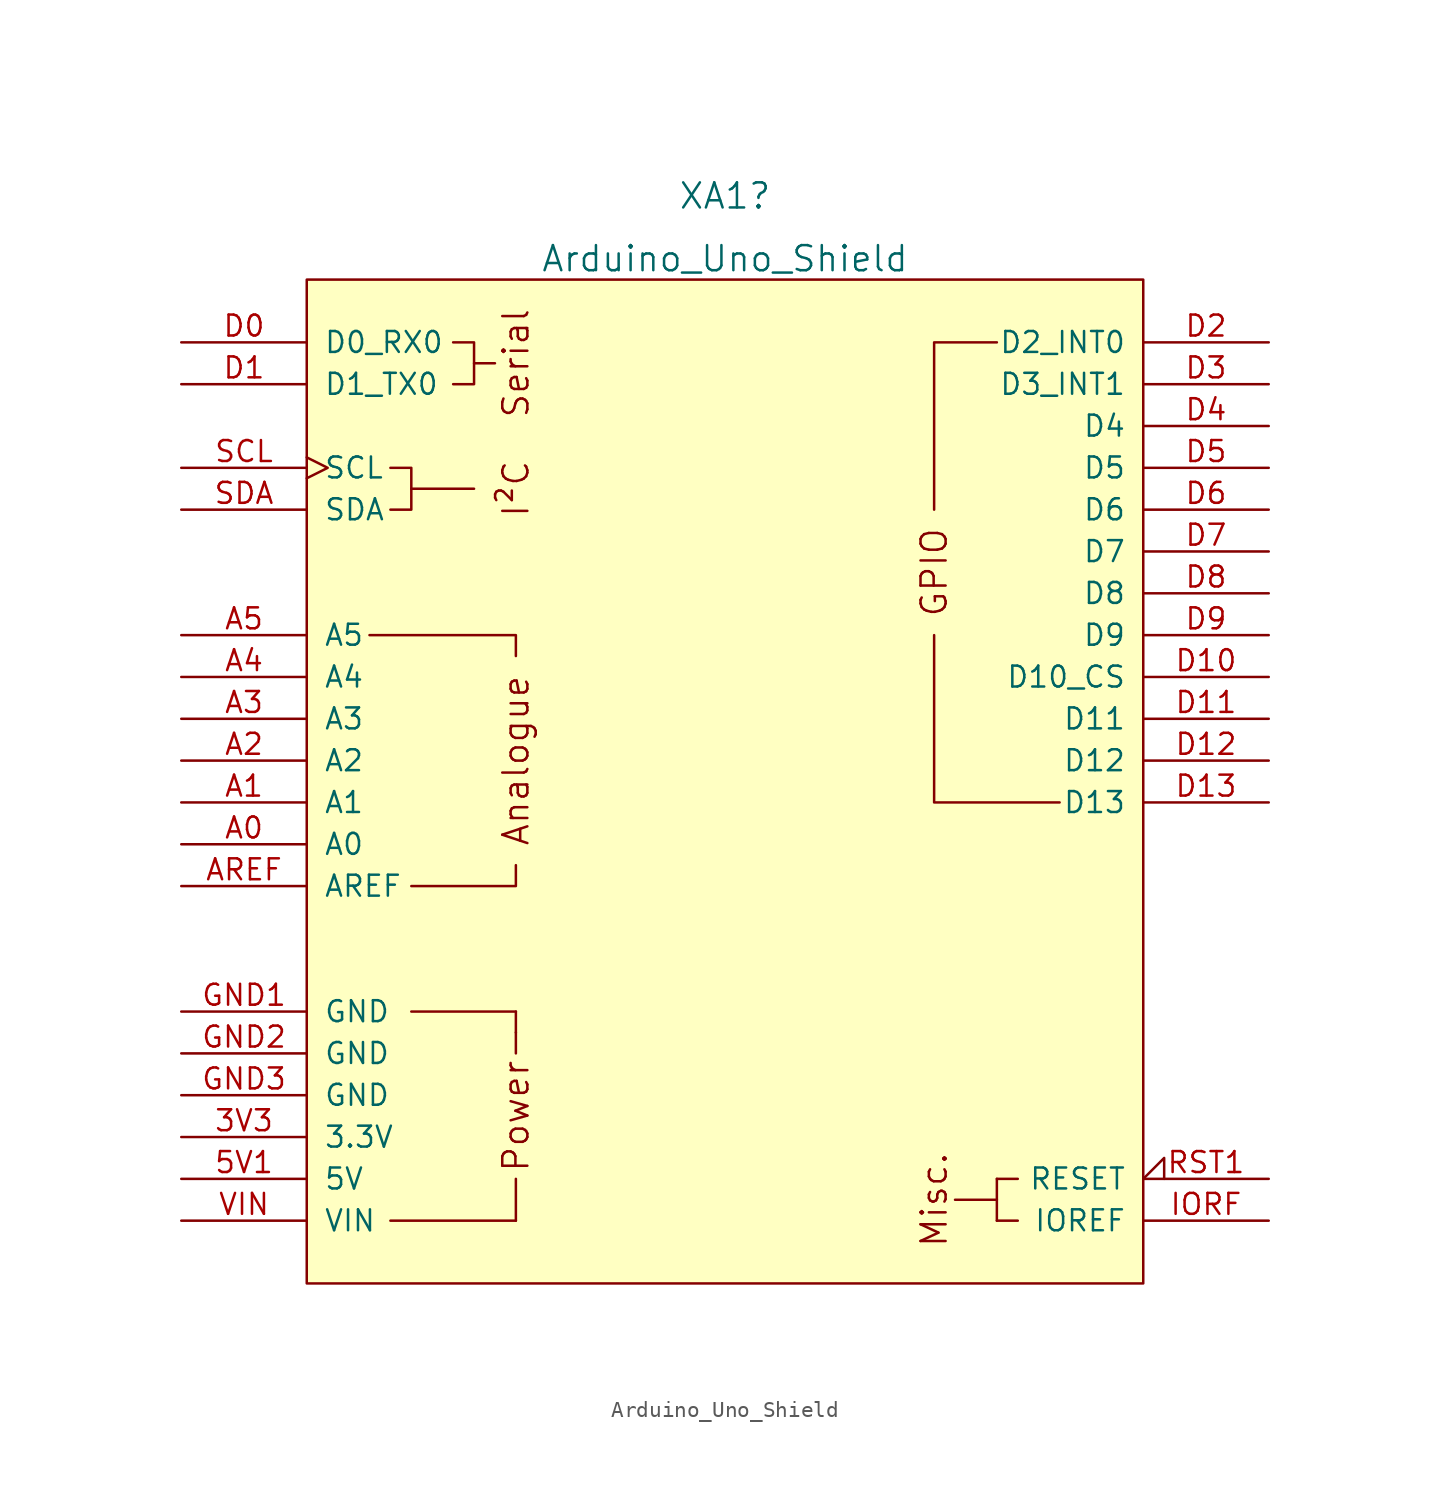
<source format=kicad_sym>
(kicad_symbol_lib
  (version 20231120)
  (generator "kicad_symbol_editor")
  (generator_version "8.0")
  (symbol "Arduino_Uno_Shield"
    (pin_names
      (offset 1.016))
    (property "Reference" "XA1"
      (at 0 35.56 0)
      (effects (font (size 1.524 1.524))))
    (property "Value" "Arduino_Uno_Shield"
      (at 0 31.75 0)
      (effects (font (size 1.524 1.524))))
    (symbol "Arduino_Uno_Shield_0_0"
      (rectangle (start -25.4 30.48) (end 25.4 -30.48) (stroke (width 0) (type default)) (fill (type background)))
      (rectangle (start -20.32 -26.67) (end -12.7 -26.67) (stroke (width 0) (type default)) (fill (type none)))
      (rectangle (start -19.05 -13.97) (end -12.7 -13.97) (stroke (width 0) (type default)) (fill (type none)))
      (polyline (pts (xy -19.05 17.78) (xy -15.24 17.78)) (stroke (width 0) (type default)) (fill (type none)))
      (polyline (pts (xy -15.24 25.4) (xy -13.97 25.4)) (stroke (width 0) (type default)) (fill (type none)))
      (polyline (pts (xy -12.7 -26.67) (xy -12.7 -24.13)) (stroke (width 0) (type default)) (fill (type none)))
      (polyline (pts (xy -12.7 -15.24) (xy -12.7 -16.51)) (stroke (width 0) (type default)) (fill (type none)))
      (polyline (pts (xy -12.7 -13.97) (xy -12.7 -15.24)) (stroke (width 0) (type default)) (fill (type none)))
      (polyline (pts (xy -12.7 -5.08) (xy -12.7 -6.35) (xy -19.05 -6.35)) (stroke (width 0) (type default)) (fill (type none)))
      (polyline (pts (xy -12.7 7.62) (xy -12.7 8.89) (xy -21.59 8.89)) (stroke (width 0) (type default)) (fill (type none)))
      (polyline (pts (xy 12.7 8.89) (xy 12.7 -1.27) (xy 20.32 -1.27)) (stroke (width 0) (type default)) (fill (type none)))
      (polyline (pts (xy 12.7 16.51) (xy 12.7 26.67) (xy 16.51 26.67)) (stroke (width 0) (type default)) (fill (type none)))
      (polyline (pts (xy -20.32 19.05) (xy -19.05 19.05) (xy -19.05 16.51) (xy -20.32 16.51)) (stroke (width 0) (type default)) (fill (type none)))
      (polyline (pts (xy -16.51 26.67) (xy -15.24 26.67) (xy -15.24 24.13) (xy -16.51 24.13)) (stroke (width 0) (type default)) (fill (type none)))
      (rectangle (start 16.51 -25.4) (end 13.97 -25.4) (stroke (width 0) (type default)) (fill (type none)))
      (rectangle (start 16.51 -24.13) (end 16.51 -26.67) (stroke (width 0) (type default)) (fill (type none)))
      (rectangle (start 17.78 -26.67) (end 16.51 -26.67) (stroke (width 0) (type default)) (fill (type none)))
      (rectangle (start 17.78 -24.13) (end 16.51 -24.13) (stroke (width 0) (type default)) (fill (type none)))
      (text "Analogue" (at -12.7 1.27 900) (effects (font (size 1.524 1.524))))
      (text "I²C" (at -12.7 17.78 900) (effects (font (size 1.524 1.524))))
      (text "Misc." (at 12.7 -25.4 900) (effects (font (size 1.524 1.524))))
      (text "Power" (at -12.7 -20.32 900) (effects (font (size 1.524 1.524))))
      (text "Serial" (at -12.7 25.4 900) (effects (font (size 1.524 1.524)))))
    (symbol "Arduino_Uno_Shield_1_0"
      (text "GPIO" (at 12.7 12.7 900) (effects (font (size 1.524 1.524)))))
    (symbol "Arduino_Uno_Shield_1_1"
      (pin power_in line (at -33.02 -21.59 0) (length 7.62) (name "3.3V" (effects (font (size 1.27 1.27)))) (number "3V3" (effects (font (size 1.27 1.27)))))
      (pin power_in line (at -33.02 -24.13 0) (length 7.62) (name "5V" (effects (font (size 1.27 1.27)))) (number "5V1" (effects (font (size 1.27 1.27)))))
      (pin bidirectional line (at -33.02 -3.81 0) (length 7.62) (name "A0" (effects (font (size 1.27 1.27)))) (number "A0" (effects (font (size 1.27 1.27)))))
      (pin bidirectional line (at -33.02 -1.27 0) (length 7.62) (name "A1" (effects (font (size 1.27 1.27)))) (number "A1" (effects (font (size 1.27 1.27)))))
      (pin bidirectional line (at -33.02 1.27 0) (length 7.62) (name "A2" (effects (font (size 1.27 1.27)))) (number "A2" (effects (font (size 1.27 1.27)))))
      (pin bidirectional line (at -33.02 3.81 0) (length 7.62) (name "A3" (effects (font (size 1.27 1.27)))) (number "A3" (effects (font (size 1.27 1.27)))))
      (pin bidirectional line (at -33.02 6.35 0) (length 7.62) (name "A4" (effects (font (size 1.27 1.27)))) (number "A4" (effects (font (size 1.27 1.27)))))
      (pin bidirectional line (at -33.02 8.89 0) (length 7.62) (name "A5" (effects (font (size 1.27 1.27)))) (number "A5" (effects (font (size 1.27 1.27)))))
      (pin input line (at -33.02 -6.35 0) (length 7.62) (name "AREF" (effects (font (size 1.27 1.27)))) (number "AREF" (effects (font (size 1.27 1.27)))))
      (pin bidirectional line (at -33.02 26.67 0) (length 7.62) (name "D0_RX0" (effects (font (size 1.27 1.27)))) (number "D0" (effects (font (size 1.27 1.27)))))
      (pin bidirectional line (at -33.02 24.13 0) (length 7.62) (name "D1_TX0" (effects (font (size 1.27 1.27)))) (number "D1" (effects (font (size 1.27 1.27)))))
      (pin bidirectional line (at 33.02 6.35 180) (length 7.62) (name "D10_CS" (effects (font (size 1.27 1.27)))) (number "D10" (effects (font (size 1.27 1.27)))))
      (pin bidirectional line (at 33.02 3.81 180) (length 7.62) (name "D11" (effects (font (size 1.27 1.27)))) (number "D11" (effects (font (size 1.27 1.27)))))
      (pin bidirectional line (at 33.02 1.27 180) (length 7.62) (name "D12" (effects (font (size 1.27 1.27)))) (number "D12" (effects (font (size 1.27 1.27)))))
      (pin bidirectional line (at 33.02 -1.27 180) (length 7.62) (name "D13" (effects (font (size 1.27 1.27)))) (number "D13" (effects (font (size 1.27 1.27)))))
      (pin bidirectional line (at 33.02 26.67 180) (length 7.62) (name "D2_INT0" (effects (font (size 1.27 1.27)))) (number "D2" (effects (font (size 1.27 1.27)))))
      (pin bidirectional line (at 33.02 24.13 180) (length 7.62) (name "D3_INT1" (effects (font (size 1.27 1.27)))) (number "D3" (effects (font (size 1.27 1.27)))))
      (pin bidirectional line (at 33.02 21.59 180) (length 7.62) (name "D4" (effects (font (size 1.27 1.27)))) (number "D4" (effects (font (size 1.27 1.27)))))
      (pin bidirectional line (at 33.02 19.05 180) (length 7.62) (name "D5" (effects (font (size 1.27 1.27)))) (number "D5" (effects (font (size 1.27 1.27)))))
      (pin bidirectional line (at 33.02 16.51 180) (length 7.62) (name "D6" (effects (font (size 1.27 1.27)))) (number "D6" (effects (font (size 1.27 1.27)))))
      (pin bidirectional line (at 33.02 13.97 180) (length 7.62) (name "D7" (effects (font (size 1.27 1.27)))) (number "D7" (effects (font (size 1.27 1.27)))))
      (pin bidirectional line (at 33.02 11.43 180) (length 7.62) (name "D8" (effects (font (size 1.27 1.27)))) (number "D8" (effects (font (size 1.27 1.27)))))
      (pin bidirectional line (at 33.02 8.89 180) (length 7.62) (name "D9" (effects (font (size 1.27 1.27)))) (number "D9" (effects (font (size 1.27 1.27)))))
      (pin power_in line (at -33.02 -13.97 0) (length 7.62) (name "GND" (effects (font (size 1.27 1.27)))) (number "GND1" (effects (font (size 1.27 1.27)))))
      (pin power_in line (at -33.02 -16.51 0) (length 7.62) (name "GND" (effects (font (size 1.27 1.27)))) (number "GND2" (effects (font (size 1.27 1.27)))))
      (pin power_in line (at -33.02 -19.05 0) (length 7.62) (name "GND" (effects (font (size 1.27 1.27)))) (number "GND3" (effects (font (size 1.27 1.27)))))
      (pin power_in line (at 33.02 -26.67 180) (length 7.62) (name "IOREF" (effects (font (size 1.27 1.27)))) (number "IORF" (effects (font (size 1.27 1.27)))))
      (pin open_collector input_low (at 33.02 -24.13 180) (length 7.62) (name "RESET" (effects (font (size 1.27 1.27)))) (number "RST1" (effects (font (size 1.27 1.27)))))
      (pin bidirectional clock (at -33.02 19.05 0) (length 7.62) (name "SCL" (effects (font (size 1.27 1.27)))) (number "SCL" (effects (font (size 1.27 1.27)))))
      (pin bidirectional line (at -33.02 16.51 0) (length 7.62) (name "SDA" (effects (font (size 1.27 1.27)))) (number "SDA" (effects (font (size 1.27 1.27)))))
      (pin power_in line (at -33.02 -26.67 0) (length 7.62) (name "VIN" (effects (font (size 1.27 1.27)))) (number "VIN" (effects (font (size 1.27 1.27))))))))
</source>
